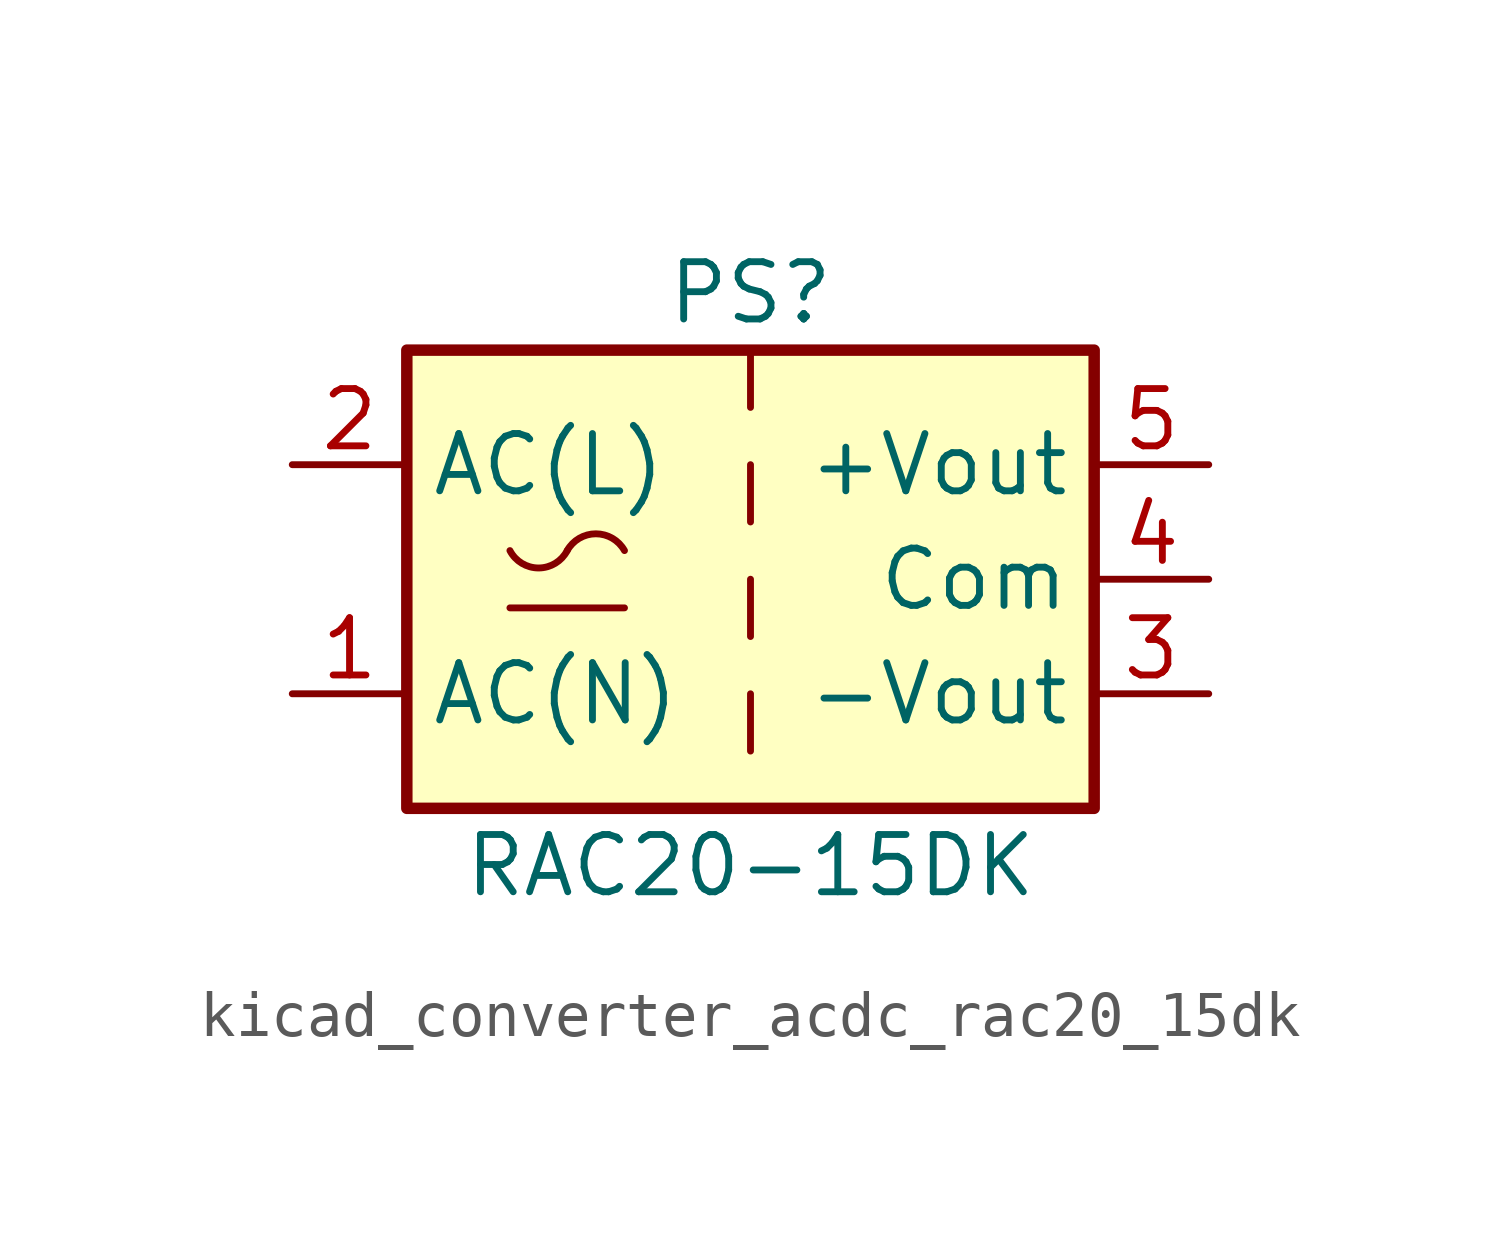
<source format=kicad_sym>
(kicad_symbol_lib
  (version 20220914)
  (generator kicad_symbol_editor)
  (symbol "kicad_converter_acdc_rac20_15dk"
    (property "Reference" "PS"
      (at 0 6.35 0)
      (effects (font (size 1.27 1.27))))
    (property "Value" "RAC20-15DK"
      (at 0 -6.35 0)
      (effects (font (size 1.27 1.27))))
    (symbol "kicad_converter_acdc_rac20_15dk_0_1"
      (rectangle (start -7.62 5.08) (end 7.62 -5.08) (stroke (width 0.254) (type default)) (fill (type background)))
      (arc (start -5.334 0.635) (mid -4.699 0.2495) (end -4.064 0.635) (stroke (width 0) (type default)) (fill (type none)))
      (arc (start -2.794 0.635) (mid -3.429 1.0072) (end -4.064 0.635) (stroke (width 0) (type default)) (fill (type none)))
      (polyline (pts (xy -5.334 -0.635) (xy -2.794 -0.635)) (stroke (width 0) (type default)) (fill (type none)))
      (polyline (pts (xy 0 -2.54) (xy 0 -3.81)) (stroke (width 0) (type default)) (fill (type none)))
      (polyline (pts (xy 0 0) (xy 0 -1.27)) (stroke (width 0) (type default)) (fill (type none)))
      (polyline (pts (xy 0 2.54) (xy 0 1.27)) (stroke (width 0) (type default)) (fill (type none)))
      (polyline (pts (xy 0 5.08) (xy 0 3.81)) (stroke (width 0) (type default)) (fill (type none))))
    (symbol "kicad_converter_acdc_rac20_15dk_1_1"
      (pin power_in line (at -10.16 -2.54 0) (length 2.54) (name "AC(N)" (effects (font (size 1.27 1.27)))) (number "1" (effects (font (size 1.27 1.27)))))
      (pin power_in line (at -10.16 2.54 0) (length 2.54) (name "AC(L)" (effects (font (size 1.27 1.27)))) (number "2" (effects (font (size 1.27 1.27)))))
      (pin power_out line (at 10.16 -2.54 180) (length 2.54) (name "-Vout" (effects (font (size 1.27 1.27)))) (number "3" (effects (font (size 1.27 1.27)))))
      (pin power_out line (at 10.16 0 180) (length 2.54) (name "Com" (effects (font (size 1.27 1.27)))) (number "4" (effects (font (size 1.27 1.27)))))
      (pin power_out line (at 10.16 2.54 180) (length 2.54) (name "+Vout" (effects (font (size 1.27 1.27)))) (number "5" (effects (font (size 1.27 1.27))))))))
</source>
